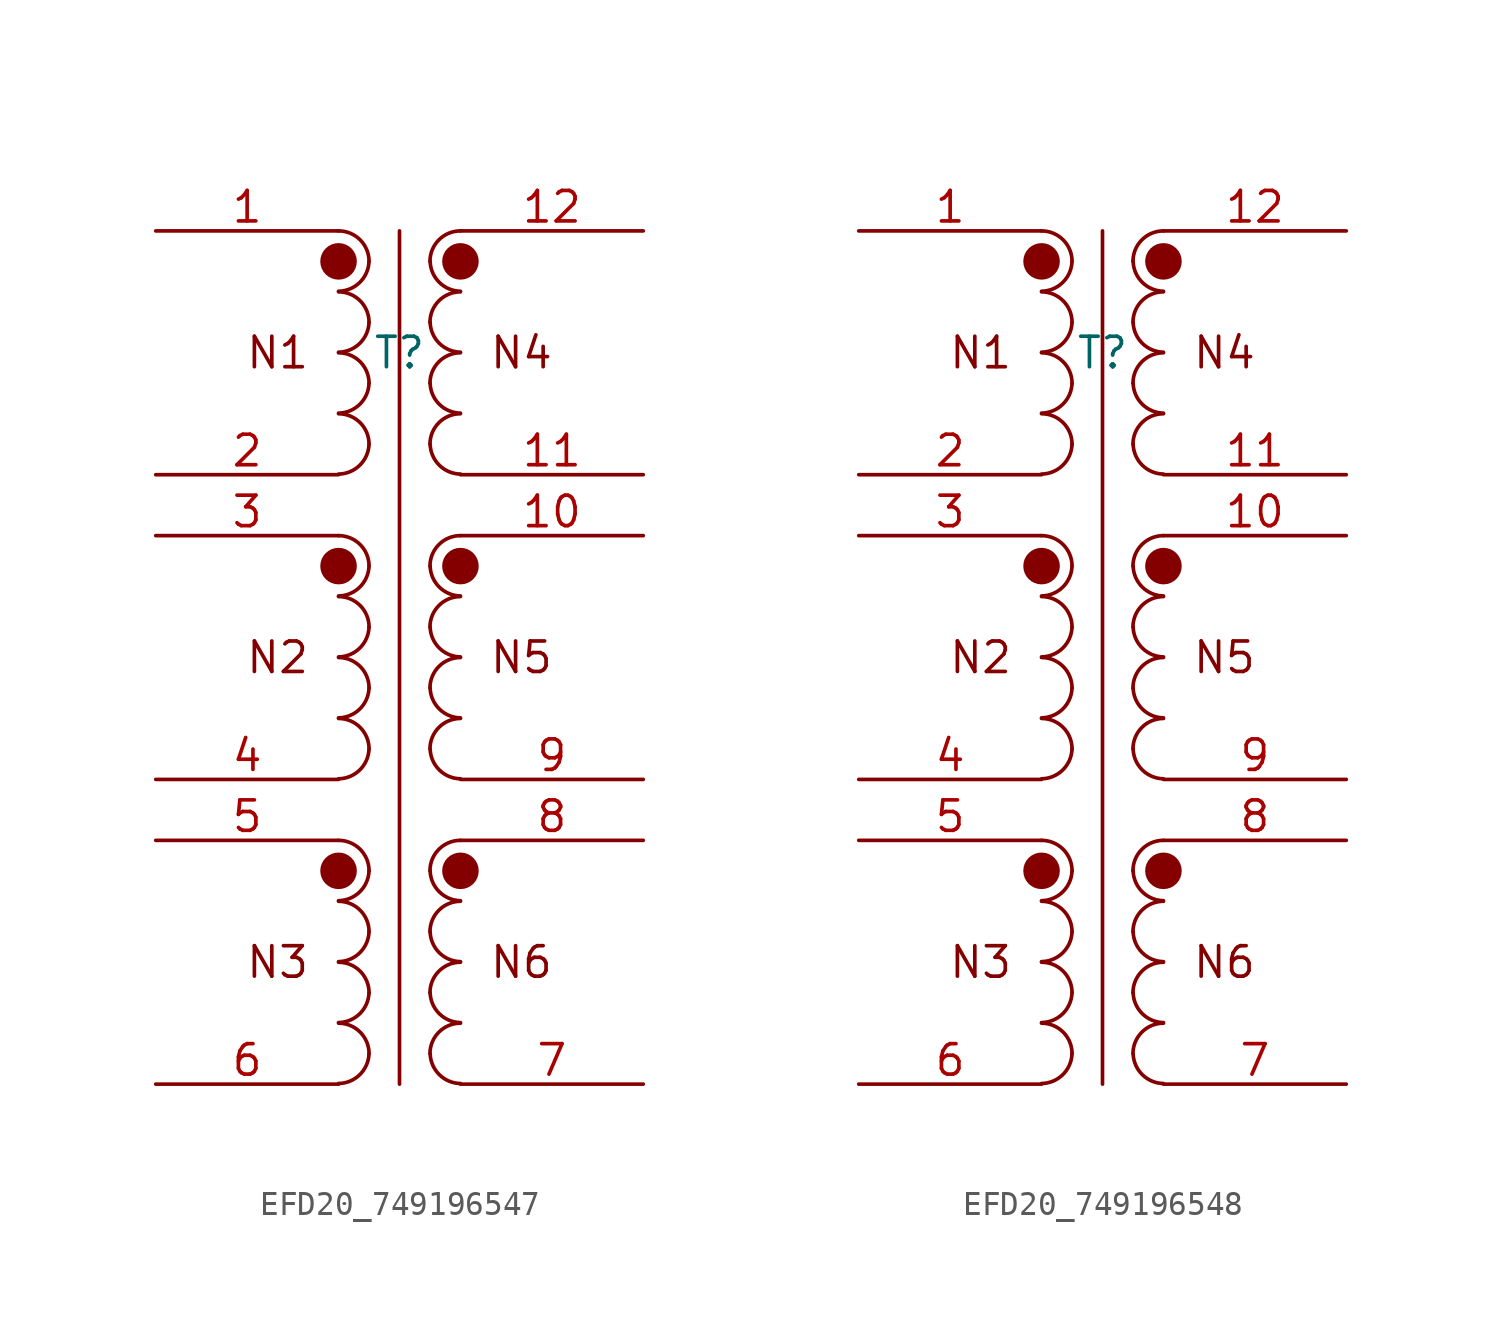
<source format=kicad_sym>
(kicad_symbol_lib
  (version 20220914)
  (generator kicad_symbol_editor)
  (symbol "EFD20_749196547"
    (pin_names hide)
    (property "Reference" "T"
      (at 0 12.7 0)
      (effects (font (size 1.27 1.27))))
    (property "Critical Parameter" ""
      (at 0 -5.08 0)
      (effects (font (size 1.27 1.27)) (justify left)))
    (symbol "EFD20_749196547_0_1"
      (arc (start -2.54 -17.7546) (mid -1.6561 -17.3863) (end -1.27 -16.51) (stroke (width 0) (type default)) (fill (type none)))
      (arc (start -2.54 -15.2146) (mid -1.6561 -14.8463) (end -1.27 -13.97) (stroke (width 0) (type default)) (fill (type none)))
      (arc (start -2.54 -12.6746) (mid -1.6561 -12.3063) (end -1.27 -11.43) (stroke (width 0) (type default)) (fill (type none)))
      (arc (start -2.54 -10.1346) (mid -1.6561 -9.7663) (end -1.27 -8.89) (stroke (width 0) (type default)) (fill (type none)))
      (arc (start -2.54 -5.0546) (mid -1.6561 -4.6863) (end -1.27 -3.81) (stroke (width 0) (type default)) (fill (type none)))
      (arc (start -2.54 -2.5146) (mid -1.6561 -2.1463) (end -1.27 -1.27) (stroke (width 0) (type default)) (fill (type none)))
      (arc (start -2.54 0.0254) (mid -1.6561 0.3937) (end -1.27 1.27) (stroke (width 0) (type default)) (fill (type none)))
      (arc (start -2.54 2.5654) (mid -1.6561 2.9337) (end -1.27 3.81) (stroke (width 0) (type default)) (fill (type none)))
      (arc (start -2.54 7.6454) (mid -1.6561 8.0137) (end -1.27 8.89) (stroke (width 0) (type default)) (fill (type none)))
      (arc (start -2.54 10.1854) (mid -1.6561 10.5537) (end -1.27 11.43) (stroke (width 0) (type default)) (fill (type none)))
      (arc (start -2.54 12.7254) (mid -1.6561 13.0937) (end -1.27 13.97) (stroke (width 0) (type default)) (fill (type none)))
      (arc (start -2.54 15.2654) (mid -1.6561 15.6337) (end -1.27 16.51) (stroke (width 0) (type default)) (fill (type none)))
      (arc (start -1.27 -16.51) (mid -1.642 -15.612) (end -2.54 -15.24) (stroke (width 0) (type default)) (fill (type none)))
      (arc (start -1.27 -13.97) (mid -1.642 -13.072) (end -2.54 -12.7) (stroke (width 0) (type default)) (fill (type none)))
      (arc (start -1.27 -11.43) (mid -1.642 -10.532) (end -2.54 -10.16) (stroke (width 0) (type default)) (fill (type none)))
      (arc (start -1.27 -8.89) (mid -1.642 -7.992) (end -2.54 -7.62) (stroke (width 0) (type default)) (fill (type none)))
      (arc (start -1.27 -3.81) (mid -1.642 -2.912) (end -2.54 -2.54) (stroke (width 0) (type default)) (fill (type none)))
      (arc (start -1.27 -1.27) (mid -1.642 -0.372) (end -2.54 0) (stroke (width 0) (type default)) (fill (type none)))
      (arc (start -1.27 1.27) (mid -1.642 2.168) (end -2.54 2.54) (stroke (width 0) (type default)) (fill (type none)))
      (arc (start -1.27 3.81) (mid -1.642 4.708) (end -2.54 5.08) (stroke (width 0) (type default)) (fill (type none)))
      (arc (start -1.27 8.89) (mid -1.642 9.788) (end -2.54 10.16) (stroke (width 0) (type default)) (fill (type none)))
      (arc (start -1.27 11.43) (mid -1.642 12.328) (end -2.54 12.7) (stroke (width 0) (type default)) (fill (type none)))
      (arc (start -1.27 13.97) (mid -1.642 14.868) (end -2.54 15.24) (stroke (width 0) (type default)) (fill (type none)))
      (arc (start -1.27 16.51) (mid -1.642 17.408) (end -2.54 17.78) (stroke (width 0) (type default)) (fill (type none)))
      (polyline (pts (xy 0 -17.78) (xy 0 17.78)) (stroke (width 0) (type default)) (fill (type none)))
      (arc (start 1.27 -16.51) (mid 1.6561 -17.3863) (end 2.54 -17.7546) (stroke (width 0) (type default)) (fill (type none)))
      (arc (start 1.27 -13.97) (mid 1.6561 -14.8463) (end 2.54 -15.2146) (stroke (width 0) (type default)) (fill (type none)))
      (arc (start 1.27 -11.43) (mid 1.6561 -12.3063) (end 2.54 -12.6746) (stroke (width 0) (type default)) (fill (type none)))
      (arc (start 1.27 -8.89) (mid 1.6561 -9.7663) (end 2.54 -10.1346) (stroke (width 0) (type default)) (fill (type none)))
      (arc (start 1.27 -3.81) (mid 1.6561 -4.6863) (end 2.54 -5.0546) (stroke (width 0) (type default)) (fill (type none)))
      (arc (start 1.27 -1.27) (mid 1.6561 -2.1463) (end 2.54 -2.5146) (stroke (width 0) (type default)) (fill (type none)))
      (arc (start 1.27 1.27) (mid 1.6561 0.3937) (end 2.54 0.0254) (stroke (width 0) (type default)) (fill (type none)))
      (arc (start 1.27 3.81) (mid 1.6561 2.9337) (end 2.54 2.5654) (stroke (width 0) (type default)) (fill (type none)))
      (arc (start 1.27 8.89) (mid 1.6561 8.0137) (end 2.54 7.6454) (stroke (width 0) (type default)) (fill (type none)))
      (arc (start 1.27 11.43) (mid 1.6561 10.5537) (end 2.54 10.1854) (stroke (width 0) (type default)) (fill (type none)))
      (arc (start 1.27 13.97) (mid 1.6561 13.0937) (end 2.54 12.7254) (stroke (width 0) (type default)) (fill (type none)))
      (arc (start 1.27 16.51) (mid 1.6561 15.6337) (end 2.54 15.2654) (stroke (width 0) (type default)) (fill (type none)))
      (arc (start 2.54 -15.24) (mid 1.642 -15.612) (end 1.27 -16.51) (stroke (width 0) (type default)) (fill (type none)))
      (arc (start 2.54 -12.7) (mid 1.642 -13.072) (end 1.27 -13.97) (stroke (width 0) (type default)) (fill (type none)))
      (arc (start 2.54 -10.16) (mid 1.642 -10.532) (end 1.27 -11.43) (stroke (width 0) (type default)) (fill (type none)))
      (arc (start 2.54 -7.62) (mid 1.642 -7.992) (end 1.27 -8.89) (stroke (width 0) (type default)) (fill (type none)))
      (arc (start 2.54 -2.54) (mid 1.642 -2.912) (end 1.27 -3.81) (stroke (width 0) (type default)) (fill (type none)))
      (arc (start 2.54 0) (mid 1.642 -0.372) (end 1.27 -1.27) (stroke (width 0) (type default)) (fill (type none)))
      (arc (start 2.54 2.54) (mid 1.642 2.168) (end 1.27 1.27) (stroke (width 0) (type default)) (fill (type none)))
      (arc (start 2.54 5.08) (mid 1.642 4.708) (end 1.27 3.81) (stroke (width 0) (type default)) (fill (type none)))
      (arc (start 2.54 10.16) (mid 1.642 9.788) (end 1.27 8.89) (stroke (width 0) (type default)) (fill (type none)))
      (arc (start 2.54 12.7) (mid 1.642 12.328) (end 1.27 11.43) (stroke (width 0) (type default)) (fill (type none)))
      (arc (start 2.54 15.24) (mid 1.642 14.868) (end 1.27 13.97) (stroke (width 0) (type default)) (fill (type none)))
      (arc (start 2.54 17.78) (mid 1.642 17.408) (end 1.27 16.51) (stroke (width 0) (type default)) (fill (type none))))
    (symbol "EFD20_749196547_1_1"
      (circle (center -2.54 -8.89) (radius 0.0001) (stroke (width 0.762) (type default)) (fill (type none)))
      (circle (center -2.54 3.81) (radius 0.0001) (stroke (width 0.762) (type default)) (fill (type none)))
      (circle (center -2.54 16.51) (radius 0.0001) (stroke (width 0.762) (type default)) (fill (type none)))
      (circle (center 2.54 -8.89) (radius 0.0001) (stroke (width 0.762) (type default)) (fill (type none)))
      (circle (center 2.54 3.81) (radius 0.0001) (stroke (width 0.762) (type default)) (fill (type none)))
      (circle (center 2.54 16.51) (radius 0.0001) (stroke (width 0.762) (type default)) (fill (type none)))
      (text "N1" (at -5.08 12.7 0) (effects (font (size 1.27 1.27))))
      (text "N2" (at -5.08 0 0) (effects (font (size 1.27 1.27))))
      (text "N3" (at -5.08 -12.7 0) (effects (font (size 1.27 1.27))))
      (text "N4" (at 5.08 12.7 0) (effects (font (size 1.27 1.27))))
      (text "N5" (at 5.08 0 0) (effects (font (size 1.27 1.27))))
      (text "N6" (at 5.08 -12.7 0) (effects (font (size 1.27 1.27))))
      (pin passive line (at -10.16 17.78 0) (length 7.62) (name "1" (effects (font (size 1.27 1.27)))) (number "1" (effects (font (size 1.27 1.27)))))
      (pin passive line (at -10.16 7.62 0) (length 7.62) (name "2" (effects (font (size 1.27 1.27)))) (number "2" (effects (font (size 1.27 1.27)))))
      (pin passive line (at -10.16 5.08 0) (length 7.62) (name "3" (effects (font (size 1.27 1.27)))) (number "3" (effects (font (size 1.27 1.27)))))
      (pin passive line (at -10.16 -5.08 0) (length 7.62) (name "4" (effects (font (size 1.27 1.27)))) (number "4" (effects (font (size 1.27 1.27)))))
      (pin passive line (at -10.16 -7.62 0) (length 7.62) (name "5" (effects (font (size 1.27 1.27)))) (number "5" (effects (font (size 1.27 1.27)))))
      (pin passive line (at -10.16 -17.78 0) (length 7.62) (name "6" (effects (font (size 1.27 1.27)))) (number "6" (effects (font (size 1.27 1.27)))))
      (pin passive line (at 10.16 -17.78 180) (length 7.62) (name "7" (effects (font (size 1.27 1.27)))) (number "7" (effects (font (size 1.27 1.27)))))
      (pin passive line (at 10.16 -7.62 180) (length 7.62) (name "8" (effects (font (size 1.27 1.27)))) (number "8" (effects (font (size 1.27 1.27)))))
      (pin passive line (at 10.16 -5.08 180) (length 7.62) (name "9" (effects (font (size 1.27 1.27)))) (number "9" (effects (font (size 1.27 1.27)))))
      (pin passive line (at 10.16 5.08 180) (length 7.62) (name "10" (effects (font (size 1.27 1.27)))) (number "10" (effects (font (size 1.27 1.27)))))
      (pin passive line (at 10.16 7.62 180) (length 7.62) (name "11" (effects (font (size 1.27 1.27)))) (number "11" (effects (font (size 1.27 1.27)))))
      (pin passive line (at 10.16 17.78 180) (length 7.62) (name "12" (effects (font (size 1.27 1.27)))) (number "12" (effects (font (size 1.27 1.27)))))))
  (symbol "EFD20_749196548"
    (pin_names hide)
    (property "Reference" "T"
      (at 0 12.7 0)
      (effects (font (size 1.27 1.27))))
    (property "Critical Parameter" ""
      (at 0 -5.08 0)
      (effects (font (size 1.27 1.27)) (justify left)))
    (symbol "EFD20_749196548_0_1"
      (arc (start -2.54 -17.7546) (mid -1.6561 -17.3863) (end -1.27 -16.51) (stroke (width 0) (type default)) (fill (type none)))
      (arc (start -2.54 -15.2146) (mid -1.6561 -14.8463) (end -1.27 -13.97) (stroke (width 0) (type default)) (fill (type none)))
      (arc (start -2.54 -12.6746) (mid -1.6561 -12.3063) (end -1.27 -11.43) (stroke (width 0) (type default)) (fill (type none)))
      (arc (start -2.54 -10.1346) (mid -1.6561 -9.7663) (end -1.27 -8.89) (stroke (width 0) (type default)) (fill (type none)))
      (arc (start -2.54 -5.0546) (mid -1.6561 -4.6863) (end -1.27 -3.81) (stroke (width 0) (type default)) (fill (type none)))
      (arc (start -2.54 -2.5146) (mid -1.6561 -2.1463) (end -1.27 -1.27) (stroke (width 0) (type default)) (fill (type none)))
      (arc (start -2.54 0.0254) (mid -1.6561 0.3937) (end -1.27 1.27) (stroke (width 0) (type default)) (fill (type none)))
      (arc (start -2.54 2.5654) (mid -1.6561 2.9337) (end -1.27 3.81) (stroke (width 0) (type default)) (fill (type none)))
      (arc (start -2.54 7.6454) (mid -1.6561 8.0137) (end -1.27 8.89) (stroke (width 0) (type default)) (fill (type none)))
      (arc (start -2.54 10.1854) (mid -1.6561 10.5537) (end -1.27 11.43) (stroke (width 0) (type default)) (fill (type none)))
      (arc (start -2.54 12.7254) (mid -1.6561 13.0937) (end -1.27 13.97) (stroke (width 0) (type default)) (fill (type none)))
      (arc (start -2.54 15.2654) (mid -1.6561 15.6337) (end -1.27 16.51) (stroke (width 0) (type default)) (fill (type none)))
      (arc (start -1.27 -16.51) (mid -1.642 -15.612) (end -2.54 -15.24) (stroke (width 0) (type default)) (fill (type none)))
      (arc (start -1.27 -13.97) (mid -1.642 -13.072) (end -2.54 -12.7) (stroke (width 0) (type default)) (fill (type none)))
      (arc (start -1.27 -11.43) (mid -1.642 -10.532) (end -2.54 -10.16) (stroke (width 0) (type default)) (fill (type none)))
      (arc (start -1.27 -8.89) (mid -1.642 -7.992) (end -2.54 -7.62) (stroke (width 0) (type default)) (fill (type none)))
      (arc (start -1.27 -3.81) (mid -1.642 -2.912) (end -2.54 -2.54) (stroke (width 0) (type default)) (fill (type none)))
      (arc (start -1.27 -1.27) (mid -1.642 -0.372) (end -2.54 0) (stroke (width 0) (type default)) (fill (type none)))
      (arc (start -1.27 1.27) (mid -1.642 2.168) (end -2.54 2.54) (stroke (width 0) (type default)) (fill (type none)))
      (arc (start -1.27 3.81) (mid -1.642 4.708) (end -2.54 5.08) (stroke (width 0) (type default)) (fill (type none)))
      (arc (start -1.27 8.89) (mid -1.642 9.788) (end -2.54 10.16) (stroke (width 0) (type default)) (fill (type none)))
      (arc (start -1.27 11.43) (mid -1.642 12.328) (end -2.54 12.7) (stroke (width 0) (type default)) (fill (type none)))
      (arc (start -1.27 13.97) (mid -1.642 14.868) (end -2.54 15.24) (stroke (width 0) (type default)) (fill (type none)))
      (arc (start -1.27 16.51) (mid -1.642 17.408) (end -2.54 17.78) (stroke (width 0) (type default)) (fill (type none)))
      (polyline (pts (xy 0 -17.78) (xy 0 17.78)) (stroke (width 0) (type default)) (fill (type none)))
      (arc (start 1.27 -16.51) (mid 1.6561 -17.3863) (end 2.54 -17.7546) (stroke (width 0) (type default)) (fill (type none)))
      (arc (start 1.27 -13.97) (mid 1.6561 -14.8463) (end 2.54 -15.2146) (stroke (width 0) (type default)) (fill (type none)))
      (arc (start 1.27 -11.43) (mid 1.6561 -12.3063) (end 2.54 -12.6746) (stroke (width 0) (type default)) (fill (type none)))
      (arc (start 1.27 -8.89) (mid 1.6561 -9.7663) (end 2.54 -10.1346) (stroke (width 0) (type default)) (fill (type none)))
      (arc (start 1.27 -3.81) (mid 1.6561 -4.6863) (end 2.54 -5.0546) (stroke (width 0) (type default)) (fill (type none)))
      (arc (start 1.27 -1.27) (mid 1.6561 -2.1463) (end 2.54 -2.5146) (stroke (width 0) (type default)) (fill (type none)))
      (arc (start 1.27 1.27) (mid 1.6561 0.3937) (end 2.54 0.0254) (stroke (width 0) (type default)) (fill (type none)))
      (arc (start 1.27 3.81) (mid 1.6561 2.9337) (end 2.54 2.5654) (stroke (width 0) (type default)) (fill (type none)))
      (arc (start 1.27 8.89) (mid 1.6561 8.0137) (end 2.54 7.6454) (stroke (width 0) (type default)) (fill (type none)))
      (arc (start 1.27 11.43) (mid 1.6561 10.5537) (end 2.54 10.1854) (stroke (width 0) (type default)) (fill (type none)))
      (arc (start 1.27 13.97) (mid 1.6561 13.0937) (end 2.54 12.7254) (stroke (width 0) (type default)) (fill (type none)))
      (arc (start 1.27 16.51) (mid 1.6561 15.6337) (end 2.54 15.2654) (stroke (width 0) (type default)) (fill (type none)))
      (arc (start 2.54 -15.24) (mid 1.642 -15.612) (end 1.27 -16.51) (stroke (width 0) (type default)) (fill (type none)))
      (arc (start 2.54 -12.7) (mid 1.642 -13.072) (end 1.27 -13.97) (stroke (width 0) (type default)) (fill (type none)))
      (arc (start 2.54 -10.16) (mid 1.642 -10.532) (end 1.27 -11.43) (stroke (width 0) (type default)) (fill (type none)))
      (arc (start 2.54 -7.62) (mid 1.642 -7.992) (end 1.27 -8.89) (stroke (width 0) (type default)) (fill (type none)))
      (arc (start 2.54 -2.54) (mid 1.642 -2.912) (end 1.27 -3.81) (stroke (width 0) (type default)) (fill (type none)))
      (arc (start 2.54 0) (mid 1.642 -0.372) (end 1.27 -1.27) (stroke (width 0) (type default)) (fill (type none)))
      (arc (start 2.54 2.54) (mid 1.642 2.168) (end 1.27 1.27) (stroke (width 0) (type default)) (fill (type none)))
      (arc (start 2.54 5.08) (mid 1.642 4.708) (end 1.27 3.81) (stroke (width 0) (type default)) (fill (type none)))
      (arc (start 2.54 10.16) (mid 1.642 9.788) (end 1.27 8.89) (stroke (width 0) (type default)) (fill (type none)))
      (arc (start 2.54 12.7) (mid 1.642 12.328) (end 1.27 11.43) (stroke (width 0) (type default)) (fill (type none)))
      (arc (start 2.54 15.24) (mid 1.642 14.868) (end 1.27 13.97) (stroke (width 0) (type default)) (fill (type none)))
      (arc (start 2.54 17.78) (mid 1.642 17.408) (end 1.27 16.51) (stroke (width 0) (type default)) (fill (type none))))
    (symbol "EFD20_749196548_1_1"
      (circle (center -2.54 -8.89) (radius 0.0001) (stroke (width 0.762) (type default)) (fill (type none)))
      (circle (center -2.54 3.81) (radius 0.0001) (stroke (width 0.762) (type default)) (fill (type none)))
      (circle (center -2.54 16.51) (radius 0.0001) (stroke (width 0.762) (type default)) (fill (type none)))
      (circle (center 2.54 -8.89) (radius 0.0001) (stroke (width 0.762) (type default)) (fill (type none)))
      (circle (center 2.54 3.81) (radius 0.0001) (stroke (width 0.762) (type default)) (fill (type none)))
      (circle (center 2.54 16.51) (radius 0.0001) (stroke (width 0.762) (type default)) (fill (type none)))
      (text "N1" (at -5.08 12.7 0) (effects (font (size 1.27 1.27))))
      (text "N2" (at -5.08 0 0) (effects (font (size 1.27 1.27))))
      (text "N3" (at -5.08 -12.7 0) (effects (font (size 1.27 1.27))))
      (text "N4" (at 5.08 12.7 0) (effects (font (size 1.27 1.27))))
      (text "N5" (at 5.08 0 0) (effects (font (size 1.27 1.27))))
      (text "N6" (at 5.08 -12.7 0) (effects (font (size 1.27 1.27))))
      (pin passive line (at -10.16 17.78 0) (length 7.62) (name "1" (effects (font (size 1.27 1.27)))) (number "1" (effects (font (size 1.27 1.27)))))
      (pin passive line (at -10.16 7.62 0) (length 7.62) (name "2" (effects (font (size 1.27 1.27)))) (number "2" (effects (font (size 1.27 1.27)))))
      (pin passive line (at -10.16 5.08 0) (length 7.62) (name "3" (effects (font (size 1.27 1.27)))) (number "3" (effects (font (size 1.27 1.27)))))
      (pin passive line (at -10.16 -5.08 0) (length 7.62) (name "4" (effects (font (size 1.27 1.27)))) (number "4" (effects (font (size 1.27 1.27)))))
      (pin passive line (at -10.16 -7.62 0) (length 7.62) (name "5" (effects (font (size 1.27 1.27)))) (number "5" (effects (font (size 1.27 1.27)))))
      (pin passive line (at -10.16 -17.78 0) (length 7.62) (name "6" (effects (font (size 1.27 1.27)))) (number "6" (effects (font (size 1.27 1.27)))))
      (pin passive line (at 10.16 -17.78 180) (length 7.62) (name "7" (effects (font (size 1.27 1.27)))) (number "7" (effects (font (size 1.27 1.27)))))
      (pin passive line (at 10.16 -7.62 180) (length 7.62) (name "8" (effects (font (size 1.27 1.27)))) (number "8" (effects (font (size 1.27 1.27)))))
      (pin passive line (at 10.16 -5.08 180) (length 7.62) (name "9" (effects (font (size 1.27 1.27)))) (number "9" (effects (font (size 1.27 1.27)))))
      (pin passive line (at 10.16 5.08 180) (length 7.62) (name "10" (effects (font (size 1.27 1.27)))) (number "10" (effects (font (size 1.27 1.27)))))
      (pin passive line (at 10.16 7.62 180) (length 7.62) (name "11" (effects (font (size 1.27 1.27)))) (number "11" (effects (font (size 1.27 1.27)))))
      (pin passive line (at 10.16 17.78 180) (length 7.62) (name "12" (effects (font (size 1.27 1.27)))) (number "12" (effects (font (size 1.27 1.27))))))))
</source>
